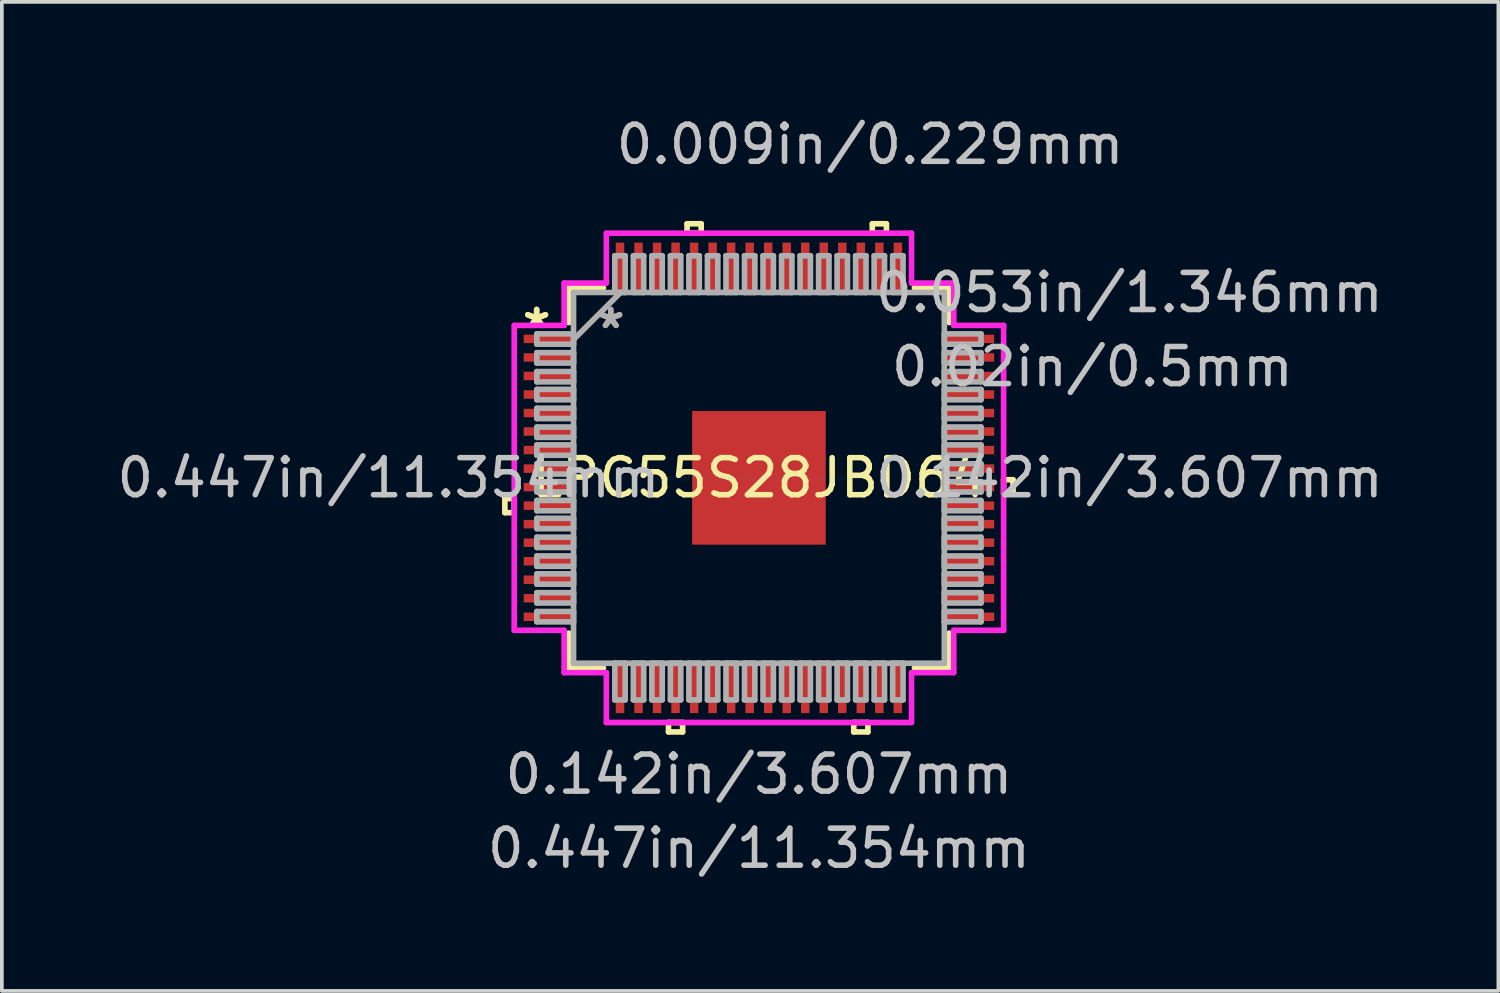
<source format=kicad_pcb>
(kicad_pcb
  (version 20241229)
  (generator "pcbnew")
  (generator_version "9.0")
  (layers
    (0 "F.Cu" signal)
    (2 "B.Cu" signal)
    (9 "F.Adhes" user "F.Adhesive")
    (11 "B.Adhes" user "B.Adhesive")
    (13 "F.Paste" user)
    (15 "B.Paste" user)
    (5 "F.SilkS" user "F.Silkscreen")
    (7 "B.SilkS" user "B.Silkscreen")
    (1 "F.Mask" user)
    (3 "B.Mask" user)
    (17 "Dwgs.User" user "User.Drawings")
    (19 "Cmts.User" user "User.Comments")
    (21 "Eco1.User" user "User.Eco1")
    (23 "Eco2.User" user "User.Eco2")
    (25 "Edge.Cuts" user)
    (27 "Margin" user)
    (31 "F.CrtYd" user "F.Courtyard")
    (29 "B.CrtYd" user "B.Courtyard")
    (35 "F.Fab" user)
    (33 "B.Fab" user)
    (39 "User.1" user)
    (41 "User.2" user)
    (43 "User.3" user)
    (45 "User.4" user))
  (footprint "LPC55S28JBD64"
    (layer "F.Cu")
    (at 17.435 9.848)
    (property "Reference" "LPC55S28JBD64" (at 0 0 0) (layer "F.SilkS") (effects (font (size 1 1) (thickness 0.15))))
    (attr through_hole)
    (fp_line (start -6.858 0.559) (end -6.858 0.94) (stroke (width 0.152) (type solid)) (layer "F.SilkS"))
    (fp_line (start -6.858 0.94) (end -6.604 0.94) (stroke (width 0.152) (type solid)) (layer "F.SilkS"))
    (fp_line (start -6.604 0.559) (end -6.858 0.559) (stroke (width 0.152) (type solid)) (layer "F.SilkS"))
    (fp_line (start -6.604 0.94) (end -6.604 0.559) (stroke (width 0.152) (type solid)) (layer "F.SilkS"))
    (fp_line (start -5.131 -5.131) (end -5.131 -4.191) (stroke (width 0.152) (type solid)) (layer "F.SilkS"))
    (fp_line (start -5.131 4.191) (end -5.131 5.131) (stroke (width 0.152) (type solid)) (layer "F.SilkS"))
    (fp_line (start -5.131 5.131) (end -4.197 5.131) (stroke (width 0.152) (type solid)) (layer "F.SilkS"))
    (fp_line (start -4.197 -5.131) (end -5.131 -5.131) (stroke (width 0.152) (type solid)) (layer "F.SilkS"))
    (fp_line (start -2.441 6.604) (end -2.441 6.858) (stroke (width 0.152) (type solid)) (layer "F.SilkS"))
    (fp_line (start -2.441 6.858) (end -2.06 6.858) (stroke (width 0.152) (type solid)) (layer "F.SilkS"))
    (fp_line (start -2.06 6.604) (end -2.441 6.604) (stroke (width 0.152) (type solid)) (layer "F.SilkS"))
    (fp_line (start -2.06 6.858) (end -2.06 6.604) (stroke (width 0.152) (type solid)) (layer "F.SilkS"))
    (fp_line (start -1.94 -6.858) (end -1.559 -6.858) (stroke (width 0.152) (type solid)) (layer "F.SilkS"))
    (fp_line (start -1.94 -6.604) (end -1.94 -6.858) (stroke (width 0.152) (type solid)) (layer "F.SilkS"))
    (fp_line (start -1.559 -6.858) (end -1.559 -6.604) (stroke (width 0.152) (type solid)) (layer "F.SilkS"))
    (fp_line (start -1.559 -6.604) (end -1.94 -6.604) (stroke (width 0.152) (type solid)) (layer "F.SilkS"))
    (fp_line (start 2.559 6.604) (end 2.559 6.858) (stroke (width 0.152) (type solid)) (layer "F.SilkS"))
    (fp_line (start 2.559 6.858) (end 2.941 6.858) (stroke (width 0.152) (type solid)) (layer "F.SilkS"))
    (fp_line (start 2.941 6.604) (end 2.559 6.604) (stroke (width 0.152) (type solid)) (layer "F.SilkS"))
    (fp_line (start 2.941 6.858) (end 2.941 6.604) (stroke (width 0.152) (type solid)) (layer "F.SilkS"))
    (fp_line (start 3.06 -6.858) (end 3.441 -6.858) (stroke (width 0.152) (type solid)) (layer "F.SilkS"))
    (fp_line (start 3.06 -6.604) (end 3.06 -6.858) (stroke (width 0.152) (type solid)) (layer "F.SilkS"))
    (fp_line (start 3.441 -6.858) (end 3.441 -6.604) (stroke (width 0.152) (type solid)) (layer "F.SilkS"))
    (fp_line (start 3.441 -6.604) (end 3.06 -6.604) (stroke (width 0.152) (type solid)) (layer "F.SilkS"))
    (fp_line (start 4.197 5.131) (end 5.131 5.131) (stroke (width 0.152) (type solid)) (layer "F.SilkS"))
    (fp_line (start 5.131 -5.131) (end 4.197 -5.131) (stroke (width 0.152) (type solid)) (layer "F.SilkS"))
    (fp_line (start 5.131 -4.191) (end 5.131 -5.131) (stroke (width 0.152) (type solid)) (layer "F.SilkS"))
    (fp_line (start 5.131 5.131) (end 5.131 4.191) (stroke (width 0.152) (type solid)) (layer "F.SilkS"))
    (fp_line (start 6.604 0.051) (end 6.858 0.051) (stroke (width 0.152) (type solid)) (layer "F.SilkS"))
    (fp_line (start 6.604 0.432) (end 6.604 0.051) (stroke (width 0.152) (type solid)) (layer "F.SilkS"))
    (fp_line (start 6.858 0.051) (end 6.858 0.432) (stroke (width 0.152) (type solid)) (layer "F.SilkS"))
    (fp_line (start 6.858 0.432) (end 6.604 0.432) (stroke (width 0.152) (type solid)) (layer "F.SilkS"))
    (fp_line (start -1.703 -1.702) (end -1.703 -0.076) (stroke (width 0.152) (type solid)) (layer "F.Paste"))
    (fp_line (start -1.703 -0.076) (end -0.1 -0.076) (stroke (width 0.152) (type solid)) (layer "F.Paste"))
    (fp_line (start -1.703 0.076) (end -1.703 1.702) (stroke (width 0.152) (type solid)) (layer "F.Paste"))
    (fp_line (start -1.703 1.702) (end -0.1 1.702) (stroke (width 0.152) (type solid)) (layer "F.Paste"))
    (fp_line (start -0.1 -1.702) (end -1.703 -1.702) (stroke (width 0.152) (type solid)) (layer "F.Paste"))
    (fp_line (start -0.1 -0.076) (end -0.1 -1.702) (stroke (width 0.152) (type solid)) (layer "F.Paste"))
    (fp_line (start -0.1 0.076) (end -1.703 0.076) (stroke (width 0.152) (type solid)) (layer "F.Paste"))
    (fp_line (start -0.1 1.702) (end -0.1 0.076) (stroke (width 0.152) (type solid)) (layer "F.Paste"))
    (fp_line (start 0.1 -1.702) (end 0.1 -0.076) (stroke (width 0.152) (type solid)) (layer "F.Paste"))
    (fp_line (start 0.1 -0.076) (end 1.703 -0.076) (stroke (width 0.152) (type solid)) (layer "F.Paste"))
    (fp_line (start 0.1 0.076) (end 0.1 1.702) (stroke (width 0.152) (type solid)) (layer "F.Paste"))
    (fp_line (start 0.1 1.702) (end 1.703 1.702) (stroke (width 0.152) (type solid)) (layer "F.Paste"))
    (fp_line (start 1.703 -1.702) (end 0.1 -1.702) (stroke (width 0.152) (type solid)) (layer "F.Paste"))
    (fp_line (start 1.703 -0.076) (end 1.703 -1.702) (stroke (width 0.152) (type solid)) (layer "F.Paste"))
    (fp_line (start 1.703 0.076) (end 0.1 0.076) (stroke (width 0.152) (type solid)) (layer "F.Paste"))
    (fp_line (start 1.703 1.702) (end 1.703 0.076) (stroke (width 0.152) (type solid)) (layer "F.Paste"))
    (fp_line (start -6.604 -4.115) (end -5.258 -4.115) (stroke (width 0.152) (type solid)) (layer "F.CrtYd"))
    (fp_line (start -6.604 4.115) (end -6.604 -4.115) (stroke (width 0.152) (type solid)) (layer "F.CrtYd"))
    (fp_line (start -5.258 -5.258) (end -4.118 -5.258) (stroke (width 0.152) (type solid)) (layer "F.CrtYd"))
    (fp_line (start -5.258 -4.115) (end -5.258 -5.258) (stroke (width 0.152) (type solid)) (layer "F.CrtYd"))
    (fp_line (start -5.258 4.115) (end -6.604 4.115) (stroke (width 0.152) (type solid)) (layer "F.CrtYd"))
    (fp_line (start -5.258 5.258) (end -5.258 4.115) (stroke (width 0.152) (type solid)) (layer "F.CrtYd"))
    (fp_line (start -4.118 -6.604) (end 4.118 -6.604) (stroke (width 0.152) (type solid)) (layer "F.CrtYd"))
    (fp_line (start -4.118 -5.258) (end -4.118 -6.604) (stroke (width 0.152) (type solid)) (layer "F.CrtYd"))
    (fp_line (start -4.118 5.258) (end -5.258 5.258) (stroke (width 0.152) (type solid)) (layer "F.CrtYd"))
    (fp_line (start -4.118 6.604) (end -4.118 5.258) (stroke (width 0.152) (type solid)) (layer "F.CrtYd"))
    (fp_line (start 4.118 -6.604) (end 4.118 -5.258) (stroke (width 0.152) (type solid)) (layer "F.CrtYd"))
    (fp_line (start 4.118 -5.258) (end 5.258 -5.258) (stroke (width 0.152) (type solid)) (layer "F.CrtYd"))
    (fp_line (start 4.118 5.258) (end 4.118 6.604) (stroke (width 0.152) (type solid)) (layer "F.CrtYd"))
    (fp_line (start 4.118 6.604) (end -4.118 6.604) (stroke (width 0.152) (type solid)) (layer "F.CrtYd"))
    (fp_line (start 5.258 -5.258) (end 5.258 -4.115) (stroke (width 0.152) (type solid)) (layer "F.CrtYd"))
    (fp_line (start 5.258 -4.115) (end 6.604 -4.115) (stroke (width 0.152) (type solid)) (layer "F.CrtYd"))
    (fp_line (start 5.258 4.115) (end 5.258 5.258) (stroke (width 0.152) (type solid)) (layer "F.CrtYd"))
    (fp_line (start 5.258 5.258) (end 4.118 5.258) (stroke (width 0.152) (type solid)) (layer "F.CrtYd"))
    (fp_line (start 6.604 -4.115) (end 6.604 4.115) (stroke (width 0.152) (type solid)) (layer "F.CrtYd"))
    (fp_line (start 6.604 4.115) (end 5.258 4.115) (stroke (width 0.152) (type solid)) (layer "F.CrtYd"))
    (fp_line (start -5.994 -3.886) (end -5.994 -3.607) (stroke (width 0.152) (type solid)) (layer "F.Fab"))
    (fp_line (start -5.994 -3.607) (end -5.004 -3.607) (stroke (width 0.152) (type solid)) (layer "F.Fab"))
    (fp_line (start -5.994 -3.378) (end -5.994 -3.099) (stroke (width 0.152) (type solid)) (layer "F.Fab"))
    (fp_line (start -5.994 -3.099) (end -5.004 -3.099) (stroke (width 0.152) (type solid)) (layer "F.Fab"))
    (fp_line (start -5.994 -2.87) (end -5.994 -2.591) (stroke (width 0.152) (type solid)) (layer "F.Fab"))
    (fp_line (start -5.994 -2.591) (end -5.004 -2.591) (stroke (width 0.152) (type solid)) (layer "F.Fab"))
    (fp_line (start -5.994 -2.388) (end -5.994 -2.108) (stroke (width 0.152) (type solid)) (layer "F.Fab"))
    (fp_line (start -5.994 -2.108) (end -5.004 -2.108) (stroke (width 0.152) (type solid)) (layer "F.Fab"))
    (fp_line (start -5.994 -1.88) (end -5.994 -1.6) (stroke (width 0.152) (type solid)) (layer "F.Fab"))
    (fp_line (start -5.994 -1.6) (end -5.004 -1.6) (stroke (width 0.152) (type solid)) (layer "F.Fab"))
    (fp_line (start -5.994 -1.372) (end -5.994 -1.092) (stroke (width 0.152) (type solid)) (layer "F.Fab"))
    (fp_line (start -5.994 -1.092) (end -5.004 -1.092) (stroke (width 0.152) (type solid)) (layer "F.Fab"))
    (fp_line (start -5.994 -0.889) (end -5.994 -0.61) (stroke (width 0.152) (type solid)) (layer "F.Fab"))
    (fp_line (start -5.994 -0.61) (end -5.004 -0.61) (stroke (width 0.152) (type solid)) (layer "F.Fab"))
    (fp_line (start -5.994 -0.381) (end -5.994 -0.102) (stroke (width 0.152) (type solid)) (layer "F.Fab"))
    (fp_line (start -5.994 -0.102) (end -5.004 -0.102) (stroke (width 0.152) (type solid)) (layer "F.Fab"))
    (fp_line (start -5.994 0.102) (end -5.994 0.381) (stroke (width 0.152) (type solid)) (layer "F.Fab"))
    (fp_line (start -5.994 0.381) (end -5.004 0.381) (stroke (width 0.152) (type solid)) (layer "F.Fab"))
    (fp_line (start -5.994 0.61) (end -5.994 0.889) (stroke (width 0.152) (type solid)) (layer "F.Fab"))
    (fp_line (start -5.994 0.889) (end -5.004 0.889) (stroke (width 0.152) (type solid)) (layer "F.Fab"))
    (fp_line (start -5.994 1.092) (end -5.994 1.372) (stroke (width 0.152) (type solid)) (layer "F.Fab"))
    (fp_line (start -5.994 1.372) (end -5.004 1.372) (stroke (width 0.152) (type solid)) (layer "F.Fab"))
    (fp_line (start -5.994 1.6) (end -5.994 1.88) (stroke (width 0.152) (type solid)) (layer "F.Fab"))
    (fp_line (start -5.994 1.88) (end -5.004 1.88) (stroke (width 0.152) (type solid)) (layer "F.Fab"))
    (fp_line (start -5.994 2.108) (end -5.994 2.388) (stroke (width 0.152) (type solid)) (layer "F.Fab"))
    (fp_line (start -5.994 2.388) (end -5.004 2.388) (stroke (width 0.152) (type solid)) (layer "F.Fab"))
    (fp_line (start -5.994 2.591) (end -5.994 2.87) (stroke (width 0.152) (type solid)) (layer "F.Fab"))
    (fp_line (start -5.994 2.87) (end -5.004 2.87) (stroke (width 0.152) (type solid)) (layer "F.Fab"))
    (fp_line (start -5.994 3.099) (end -5.994 3.378) (stroke (width 0.152) (type solid)) (layer "F.Fab"))
    (fp_line (start -5.994 3.378) (end -5.004 3.378) (stroke (width 0.152) (type solid)) (layer "F.Fab"))
    (fp_line (start -5.994 3.607) (end -5.994 3.886) (stroke (width 0.152) (type solid)) (layer "F.Fab"))
    (fp_line (start -5.994 3.886) (end -5.004 3.886) (stroke (width 0.152) (type solid)) (layer "F.Fab"))
    (fp_line (start -5.004 -5.004) (end -5.004 -5.004) (stroke (width 0.152) (type solid)) (layer "F.Fab"))
    (fp_line (start -5.004 -5.004) (end -5.004 5.004) (stroke (width 0.152) (type solid)) (layer "F.Fab"))
    (fp_line (start -5.004 -3.886) (end -5.994 -3.886) (stroke (width 0.152) (type solid)) (layer "F.Fab"))
    (fp_line (start -5.004 -3.734) (end -3.734 -5.004) (stroke (width 0.152) (type solid)) (layer "F.Fab"))
    (fp_line (start -5.004 -3.607) (end -5.004 -3.886) (stroke (width 0.152) (type solid)) (layer "F.Fab"))
    (fp_line (start -5.004 -3.378) (end -5.994 -3.378) (stroke (width 0.152) (type solid)) (layer "F.Fab"))
    (fp_line (start -5.004 -3.099) (end -5.004 -3.378) (stroke (width 0.152) (type solid)) (layer "F.Fab"))
    (fp_line (start -5.004 -2.87) (end -5.994 -2.87) (stroke (width 0.152) (type solid)) (layer "F.Fab"))
    (fp_line (start -5.004 -2.591) (end -5.004 -2.87) (stroke (width 0.152) (type solid)) (layer "F.Fab"))
    (fp_line (start -5.004 -2.388) (end -5.994 -2.388) (stroke (width 0.152) (type solid)) (layer "F.Fab"))
    (fp_line (start -5.004 -2.108) (end -5.004 -2.388) (stroke (width 0.152) (type solid)) (layer "F.Fab"))
    (fp_line (start -5.004 -1.88) (end -5.994 -1.88) (stroke (width 0.152) (type solid)) (layer "F.Fab"))
    (fp_line (start -5.004 -1.6) (end -5.004 -1.88) (stroke (width 0.152) (type solid)) (layer "F.Fab"))
    (fp_line (start -5.004 -1.372) (end -5.994 -1.372) (stroke (width 0.152) (type solid)) (layer "F.Fab"))
    (fp_line (start -5.004 -1.092) (end -5.004 -1.372) (stroke (width 0.152) (type solid)) (layer "F.Fab"))
    (fp_line (start -5.004 -0.889) (end -5.994 -0.889) (stroke (width 0.152) (type solid)) (layer "F.Fab"))
    (fp_line (start -5.004 -0.61) (end -5.004 -0.889) (stroke (width 0.152) (type solid)) (layer "F.Fab"))
    (fp_line (start -5.004 -0.381) (end -5.994 -0.381) (stroke (width 0.152) (type solid)) (layer "F.Fab"))
    (fp_line (start -5.004 -0.102) (end -5.004 -0.381) (stroke (width 0.152) (type solid)) (layer "F.Fab"))
    (fp_line (start -5.004 0.102) (end -5.994 0.102) (stroke (width 0.152) (type solid)) (layer "F.Fab"))
    (fp_line (start -5.004 0.381) (end -5.004 0.102) (stroke (width 0.152) (type solid)) (layer "F.Fab"))
    (fp_line (start -5.004 0.61) (end -5.994 0.61) (stroke (width 0.152) (type solid)) (layer "F.Fab"))
    (fp_line (start -5.004 0.889) (end -5.004 0.61) (stroke (width 0.152) (type solid)) (layer "F.Fab"))
    (fp_line (start -5.004 1.092) (end -5.994 1.092) (stroke (width 0.152) (type solid)) (layer "F.Fab"))
    (fp_line (start -5.004 1.372) (end -5.004 1.092) (stroke (width 0.152) (type solid)) (layer "F.Fab"))
    (fp_line (start -5.004 1.6) (end -5.994 1.6) (stroke (width 0.152) (type solid)) (layer "F.Fab"))
    (fp_line (start -5.004 1.88) (end -5.004 1.6) (stroke (width 0.152) (type solid)) (layer "F.Fab"))
    (fp_line (start -5.004 2.108) (end -5.994 2.108) (stroke (width 0.152) (type solid)) (layer "F.Fab"))
    (fp_line (start -5.004 2.388) (end -5.004 2.108) (stroke (width 0.152) (type solid)) (layer "F.Fab"))
    (fp_line (start -5.004 2.591) (end -5.994 2.591) (stroke (width 0.152) (type solid)) (layer "F.Fab"))
    (fp_line (start -5.004 2.87) (end -5.004 2.591) (stroke (width 0.152) (type solid)) (layer "F.Fab"))
    (fp_line (start -5.004 3.099) (end -5.994 3.099) (stroke (width 0.152) (type solid)) (layer "F.Fab"))
    (fp_line (start -5.004 3.378) (end -5.004 3.099) (stroke (width 0.152) (type solid)) (layer "F.Fab"))
    (fp_line (start -5.004 3.607) (end -5.994 3.607) (stroke (width 0.152) (type solid)) (layer "F.Fab"))
    (fp_line (start -5.004 3.886) (end -5.004 3.607) (stroke (width 0.152) (type solid)) (layer "F.Fab"))
    (fp_line (start -5.004 5.004) (end -5.004 5.004) (stroke (width 0.152) (type solid)) (layer "F.Fab"))
    (fp_line (start -5.004 5.004) (end 5.004 5.004) (stroke (width 0.152) (type solid)) (layer "F.Fab"))
    (fp_line (start -3.89 -5.994) (end -3.89 -5.004) (stroke (width 0.152) (type solid)) (layer "F.Fab"))
    (fp_line (start -3.89 -5.004) (end -3.61 -5.004) (stroke (width 0.152) (type solid)) (layer "F.Fab"))
    (fp_line (start -3.89 5.004) (end -3.89 5.994) (stroke (width 0.152) (type solid)) (layer "F.Fab"))
    (fp_line (start -3.89 5.994) (end -3.61 5.994) (stroke (width 0.152) (type solid)) (layer "F.Fab"))
    (fp_line (start -3.61 -5.994) (end -3.89 -5.994) (stroke (width 0.152) (type solid)) (layer "F.Fab"))
    (fp_line (start -3.61 -5.004) (end -3.61 -5.994) (stroke (width 0.152) (type solid)) (layer "F.Fab"))
    (fp_line (start -3.61 5.004) (end -3.89 5.004) (stroke (width 0.152) (type solid)) (layer "F.Fab"))
    (fp_line (start -3.61 5.994) (end -3.61 5.004) (stroke (width 0.152) (type solid)) (layer "F.Fab"))
    (fp_line (start -3.39 -5.994) (end -3.39 -5.004) (stroke (width 0.152) (type solid)) (layer "F.Fab"))
    (fp_line (start -3.39 -5.004) (end -3.11 -5.004) (stroke (width 0.152) (type solid)) (layer "F.Fab"))
    (fp_line (start -3.39 5.004) (end -3.39 5.994) (stroke (width 0.152) (type solid)) (layer "F.Fab"))
    (fp_line (start -3.39 5.994) (end -3.11 5.994) (stroke (width 0.152) (type solid)) (layer "F.Fab"))
    (fp_line (start -3.11 -5.994) (end -3.39 -5.994) (stroke (width 0.152) (type solid)) (layer "F.Fab"))
    (fp_line (start -3.11 -5.004) (end -3.11 -5.994) (stroke (width 0.152) (type solid)) (layer "F.Fab"))
    (fp_line (start -3.11 5.004) (end -3.39 5.004) (stroke (width 0.152) (type solid)) (layer "F.Fab"))
    (fp_line (start -3.11 5.994) (end -3.11 5.004) (stroke (width 0.152) (type solid)) (layer "F.Fab"))
    (fp_line (start -2.89 -5.994) (end -2.89 -5.004) (stroke (width 0.152) (type solid)) (layer "F.Fab"))
    (fp_line (start -2.89 -5.004) (end -2.61 -5.004) (stroke (width 0.152) (type solid)) (layer "F.Fab"))
    (fp_line (start -2.89 5.004) (end -2.89 5.994) (stroke (width 0.152) (type solid)) (layer "F.Fab"))
    (fp_line (start -2.89 5.994) (end -2.61 5.994) (stroke (width 0.152) (type solid)) (layer "F.Fab"))
    (fp_line (start -2.61 -5.994) (end -2.89 -5.994) (stroke (width 0.152) (type solid)) (layer "F.Fab"))
    (fp_line (start -2.61 -5.004) (end -2.61 -5.994) (stroke (width 0.152) (type solid)) (layer "F.Fab"))
    (fp_line (start -2.61 5.004) (end -2.89 5.004) (stroke (width 0.152) (type solid)) (layer "F.Fab"))
    (fp_line (start -2.61 5.994) (end -2.61 5.004) (stroke (width 0.152) (type solid)) (layer "F.Fab"))
    (fp_line (start -2.39 -5.994) (end -2.39 -5.004) (stroke (width 0.152) (type solid)) (layer "F.Fab"))
    (fp_line (start -2.39 -5.004) (end -2.11 -5.004) (stroke (width 0.152) (type solid)) (layer "F.Fab"))
    (fp_line (start -2.39 5.004) (end -2.39 5.994) (stroke (width 0.152) (type solid)) (layer "F.Fab"))
    (fp_line (start -2.39 5.994) (end -2.11 5.994) (stroke (width 0.152) (type solid)) (layer "F.Fab"))
    (fp_line (start -2.11 -5.994) (end -2.39 -5.994) (stroke (width 0.152) (type solid)) (layer "F.Fab"))
    (fp_line (start -2.11 -5.004) (end -2.11 -5.994) (stroke (width 0.152) (type solid)) (layer "F.Fab"))
    (fp_line (start -2.11 5.004) (end -2.39 5.004) (stroke (width 0.152) (type solid)) (layer "F.Fab"))
    (fp_line (start -2.11 5.994) (end -2.11 5.004) (stroke (width 0.152) (type solid)) (layer "F.Fab"))
    (fp_line (start -1.89 -5.994) (end -1.89 -5.004) (stroke (width 0.152) (type solid)) (layer "F.Fab"))
    (fp_line (start -1.89 -5.004) (end -1.61 -5.004) (stroke (width 0.152) (type solid)) (layer "F.Fab"))
    (fp_line (start -1.89 5.004) (end -1.89 5.994) (stroke (width 0.152) (type solid)) (layer "F.Fab"))
    (fp_line (start -1.89 5.994) (end -1.61 5.994) (stroke (width 0.152) (type solid)) (layer "F.Fab"))
    (fp_line (start -1.61 -5.994) (end -1.89 -5.994) (stroke (width 0.152) (type solid)) (layer "F.Fab"))
    (fp_line (start -1.61 -5.004) (end -1.61 -5.994) (stroke (width 0.152) (type solid)) (layer "F.Fab"))
    (fp_line (start -1.61 5.004) (end -1.89 5.004) (stroke (width 0.152) (type solid)) (layer "F.Fab"))
    (fp_line (start -1.61 5.994) (end -1.61 5.004) (stroke (width 0.152) (type solid)) (layer "F.Fab"))
    (fp_line (start -1.39 -5.994) (end -1.39 -5.004) (stroke (width 0.152) (type solid)) (layer "F.Fab"))
    (fp_line (start -1.39 -5.004) (end -1.11 -5.004) (stroke (width 0.152) (type solid)) (layer "F.Fab"))
    (fp_line (start -1.39 5.004) (end -1.39 5.994) (stroke (width 0.152) (type solid)) (layer "F.Fab"))
    (fp_line (start -1.39 5.994) (end -1.11 5.994) (stroke (width 0.152) (type solid)) (layer "F.Fab"))
    (fp_line (start -1.11 -5.994) (end -1.39 -5.994) (stroke (width 0.152) (type solid)) (layer "F.Fab"))
    (fp_line (start -1.11 -5.004) (end -1.11 -5.994) (stroke (width 0.152) (type solid)) (layer "F.Fab"))
    (fp_line (start -1.11 5.004) (end -1.39 5.004) (stroke (width 0.152) (type solid)) (layer "F.Fab"))
    (fp_line (start -1.11 5.994) (end -1.11 5.004) (stroke (width 0.152) (type solid)) (layer "F.Fab"))
    (fp_line (start -0.89 -5.994) (end -0.89 -5.004) (stroke (width 0.152) (type solid)) (layer "F.Fab"))
    (fp_line (start -0.89 -5.004) (end -0.61 -5.004) (stroke (width 0.152) (type solid)) (layer "F.Fab"))
    (fp_line (start -0.89 5.004) (end -0.89 5.994) (stroke (width 0.152) (type solid)) (layer "F.Fab"))
    (fp_line (start -0.89 5.994) (end -0.61 5.994) (stroke (width 0.152) (type solid)) (layer "F.Fab"))
    (fp_line (start -0.61 -5.994) (end -0.89 -5.994) (stroke (width 0.152) (type solid)) (layer "F.Fab"))
    (fp_line (start -0.61 -5.004) (end -0.61 -5.994) (stroke (width 0.152) (type solid)) (layer "F.Fab"))
    (fp_line (start -0.61 5.004) (end -0.89 5.004) (stroke (width 0.152) (type solid)) (layer "F.Fab"))
    (fp_line (start -0.61 5.994) (end -0.61 5.004) (stroke (width 0.152) (type solid)) (layer "F.Fab"))
    (fp_line (start -0.39 -5.994) (end -0.39 -5.004) (stroke (width 0.152) (type solid)) (layer "F.Fab"))
    (fp_line (start -0.39 -5.004) (end -0.11 -5.004) (stroke (width 0.152) (type solid)) (layer "F.Fab"))
    (fp_line (start -0.39 5.004) (end -0.39 5.994) (stroke (width 0.152) (type solid)) (layer "F.Fab"))
    (fp_line (start -0.39 5.994) (end -0.11 5.994) (stroke (width 0.152) (type solid)) (layer "F.Fab"))
    (fp_line (start -0.11 -5.994) (end -0.39 -5.994) (stroke (width 0.152) (type solid)) (layer "F.Fab"))
    (fp_line (start -0.11 -5.004) (end -0.11 -5.994) (stroke (width 0.152) (type solid)) (layer "F.Fab"))
    (fp_line (start -0.11 5.004) (end -0.39 5.004) (stroke (width 0.152) (type solid)) (layer "F.Fab"))
    (fp_line (start -0.11 5.994) (end -0.11 5.004) (stroke (width 0.152) (type solid)) (layer "F.Fab"))
    (fp_line (start 0.11 -5.994) (end 0.11 -5.004) (stroke (width 0.152) (type solid)) (layer "F.Fab"))
    (fp_line (start 0.11 -5.004) (end 0.39 -5.004) (stroke (width 0.152) (type solid)) (layer "F.Fab"))
    (fp_line (start 0.11 5.004) (end 0.11 5.994) (stroke (width 0.152) (type solid)) (layer "F.Fab"))
    (fp_line (start 0.11 5.994) (end 0.39 5.994) (stroke (width 0.152) (type solid)) (layer "F.Fab"))
    (fp_line (start 0.39 -5.994) (end 0.11 -5.994) (stroke (width 0.152) (type solid)) (layer "F.Fab"))
    (fp_line (start 0.39 -5.004) (end 0.39 -5.994) (stroke (width 0.152) (type solid)) (layer "F.Fab"))
    (fp_line (start 0.39 5.004) (end 0.11 5.004) (stroke (width 0.152) (type solid)) (layer "F.Fab"))
    (fp_line (start 0.39 5.994) (end 0.39 5.004) (stroke (width 0.152) (type solid)) (layer "F.Fab"))
    (fp_line (start 0.61 -5.994) (end 0.61 -5.004) (stroke (width 0.152) (type solid)) (layer "F.Fab"))
    (fp_line (start 0.61 -5.004) (end 0.89 -5.004) (stroke (width 0.152) (type solid)) (layer "F.Fab"))
    (fp_line (start 0.61 5.004) (end 0.61 5.994) (stroke (width 0.152) (type solid)) (layer "F.Fab"))
    (fp_line (start 0.61 5.994) (end 0.89 5.994) (stroke (width 0.152) (type solid)) (layer "F.Fab"))
    (fp_line (start 0.89 -5.994) (end 0.61 -5.994) (stroke (width 0.152) (type solid)) (layer "F.Fab"))
    (fp_line (start 0.89 -5.004) (end 0.89 -5.994) (stroke (width 0.152) (type solid)) (layer "F.Fab"))
    (fp_line (start 0.89 5.004) (end 0.61 5.004) (stroke (width 0.152) (type solid)) (layer "F.Fab"))
    (fp_line (start 0.89 5.994) (end 0.89 5.004) (stroke (width 0.152) (type solid)) (layer "F.Fab"))
    (fp_line (start 1.11 -5.994) (end 1.11 -5.004) (stroke (width 0.152) (type solid)) (layer "F.Fab"))
    (fp_line (start 1.11 -5.004) (end 1.39 -5.004) (stroke (width 0.152) (type solid)) (layer "F.Fab"))
    (fp_line (start 1.11 5.004) (end 1.11 5.994) (stroke (width 0.152) (type solid)) (layer "F.Fab"))
    (fp_line (start 1.11 5.994) (end 1.39 5.994) (stroke (width 0.152) (type solid)) (layer "F.Fab"))
    (fp_line (start 1.39 -5.994) (end 1.11 -5.994) (stroke (width 0.152) (type solid)) (layer "F.Fab"))
    (fp_line (start 1.39 -5.004) (end 1.39 -5.994) (stroke (width 0.152) (type solid)) (layer "F.Fab"))
    (fp_line (start 1.39 5.004) (end 1.11 5.004) (stroke (width 0.152) (type solid)) (layer "F.Fab"))
    (fp_line (start 1.39 5.994) (end 1.39 5.004) (stroke (width 0.152) (type solid)) (layer "F.Fab"))
    (fp_line (start 1.61 -5.994) (end 1.61 -5.004) (stroke (width 0.152) (type solid)) (layer "F.Fab"))
    (fp_line (start 1.61 -5.004) (end 1.89 -5.004) (stroke (width 0.152) (type solid)) (layer "F.Fab"))
    (fp_line (start 1.61 5.004) (end 1.61 5.994) (stroke (width 0.152) (type solid)) (layer "F.Fab"))
    (fp_line (start 1.61 5.994) (end 1.89 5.994) (stroke (width 0.152) (type solid)) (layer "F.Fab"))
    (fp_line (start 1.89 -5.994) (end 1.61 -5.994) (stroke (width 0.152) (type solid)) (layer "F.Fab"))
    (fp_line (start 1.89 -5.004) (end 1.89 -5.994) (stroke (width 0.152) (type solid)) (layer "F.Fab"))
    (fp_line (start 1.89 5.004) (end 1.61 5.004) (stroke (width 0.152) (type solid)) (layer "F.Fab"))
    (fp_line (start 1.89 5.994) (end 1.89 5.004) (stroke (width 0.152) (type solid)) (layer "F.Fab"))
    (fp_line (start 2.11 -5.994) (end 2.11 -5.004) (stroke (width 0.152) (type solid)) (layer "F.Fab"))
    (fp_line (start 2.11 -5.004) (end 2.39 -5.004) (stroke (width 0.152) (type solid)) (layer "F.Fab"))
    (fp_line (start 2.11 5.004) (end 2.11 5.994) (stroke (width 0.152) (type solid)) (layer "F.Fab"))
    (fp_line (start 2.11 5.994) (end 2.39 5.994) (stroke (width 0.152) (type solid)) (layer "F.Fab"))
    (fp_line (start 2.39 -5.994) (end 2.11 -5.994) (stroke (width 0.152) (type solid)) (layer "F.Fab"))
    (fp_line (start 2.39 -5.004) (end 2.39 -5.994) (stroke (width 0.152) (type solid)) (layer "F.Fab"))
    (fp_line (start 2.39 5.004) (end 2.11 5.004) (stroke (width 0.152) (type solid)) (layer "F.Fab"))
    (fp_line (start 2.39 5.994) (end 2.39 5.004) (stroke (width 0.152) (type solid)) (layer "F.Fab"))
    (fp_line (start 2.61 -5.994) (end 2.61 -5.004) (stroke (width 0.152) (type solid)) (layer "F.Fab"))
    (fp_line (start 2.61 -5.004) (end 2.89 -5.004) (stroke (width 0.152) (type solid)) (layer "F.Fab"))
    (fp_line (start 2.61 5.004) (end 2.61 5.994) (stroke (width 0.152) (type solid)) (layer "F.Fab"))
    (fp_line (start 2.61 5.994) (end 2.89 5.994) (stroke (width 0.152) (type solid)) (layer "F.Fab"))
    (fp_line (start 2.89 -5.994) (end 2.61 -5.994) (stroke (width 0.152) (type solid)) (layer "F.Fab"))
    (fp_line (start 2.89 -5.004) (end 2.89 -5.994) (stroke (width 0.152) (type solid)) (layer "F.Fab"))
    (fp_line (start 2.89 5.004) (end 2.61 5.004) (stroke (width 0.152) (type solid)) (layer "F.Fab"))
    (fp_line (start 2.89 5.994) (end 2.89 5.004) (stroke (width 0.152) (type solid)) (layer "F.Fab"))
    (fp_line (start 3.11 -5.994) (end 3.11 -5.004) (stroke (width 0.152) (type solid)) (layer "F.Fab"))
    (fp_line (start 3.11 -5.004) (end 3.39 -5.004) (stroke (width 0.152) (type solid)) (layer "F.Fab"))
    (fp_line (start 3.11 5.004) (end 3.11 5.994) (stroke (width 0.152) (type solid)) (layer "F.Fab"))
    (fp_line (start 3.11 5.994) (end 3.39 5.994) (stroke (width 0.152) (type solid)) (layer "F.Fab"))
    (fp_line (start 3.39 -5.994) (end 3.11 -5.994) (stroke (width 0.152) (type solid)) (layer "F.Fab"))
    (fp_line (start 3.39 -5.004) (end 3.39 -5.994) (stroke (width 0.152) (type solid)) (layer "F.Fab"))
    (fp_line (start 3.39 5.004) (end 3.11 5.004) (stroke (width 0.152) (type solid)) (layer "F.Fab"))
    (fp_line (start 3.39 5.994) (end 3.39 5.004) (stroke (width 0.152) (type solid)) (layer "F.Fab"))
    (fp_line (start 3.61 -5.994) (end 3.61 -5.004) (stroke (width 0.152) (type solid)) (layer "F.Fab"))
    (fp_line (start 3.61 -5.004) (end 3.89 -5.004) (stroke (width 0.152) (type solid)) (layer "F.Fab"))
    (fp_line (start 3.61 5.004) (end 3.61 5.994) (stroke (width 0.152) (type solid)) (layer "F.Fab"))
    (fp_line (start 3.61 5.994) (end 3.89 5.994) (stroke (width 0.152) (type solid)) (layer "F.Fab"))
    (fp_line (start 3.89 -5.994) (end 3.61 -5.994) (stroke (width 0.152) (type solid)) (layer "F.Fab"))
    (fp_line (start 3.89 -5.004) (end 3.89 -5.994) (stroke (width 0.152) (type solid)) (layer "F.Fab"))
    (fp_line (start 3.89 5.004) (end 3.61 5.004) (stroke (width 0.152) (type solid)) (layer "F.Fab"))
    (fp_line (start 3.89 5.994) (end 3.89 5.004) (stroke (width 0.152) (type solid)) (layer "F.Fab"))
    (fp_line (start 5.004 -5.004) (end -5.004 -5.004) (stroke (width 0.152) (type solid)) (layer "F.Fab"))
    (fp_line (start 5.004 -5.004) (end 5.004 -5.004) (stroke (width 0.152) (type solid)) (layer "F.Fab"))
    (fp_line (start 5.004 -3.886) (end 5.004 -3.607) (stroke (width 0.152) (type solid)) (layer "F.Fab"))
    (fp_line (start 5.004 -3.607) (end 5.994 -3.607) (stroke (width 0.152) (type solid)) (layer "F.Fab"))
    (fp_line (start 5.004 -3.378) (end 5.004 -3.099) (stroke (width 0.152) (type solid)) (layer "F.Fab"))
    (fp_line (start 5.004 -3.099) (end 5.994 -3.099) (stroke (width 0.152) (type solid)) (layer "F.Fab"))
    (fp_line (start 5.004 -2.87) (end 5.004 -2.591) (stroke (width 0.152) (type solid)) (layer "F.Fab"))
    (fp_line (start 5.004 -2.591) (end 5.994 -2.591) (stroke (width 0.152) (type solid)) (layer "F.Fab"))
    (fp_line (start 5.004 -2.388) (end 5.004 -2.108) (stroke (width 0.152) (type solid)) (layer "F.Fab"))
    (fp_line (start 5.004 -2.108) (end 5.994 -2.108) (stroke (width 0.152) (type solid)) (layer "F.Fab"))
    (fp_line (start 5.004 -1.88) (end 5.004 -1.6) (stroke (width 0.152) (type solid)) (layer "F.Fab"))
    (fp_line (start 5.004 -1.6) (end 5.994 -1.6) (stroke (width 0.152) (type solid)) (layer "F.Fab"))
    (fp_line (start 5.004 -1.372) (end 5.004 -1.092) (stroke (width 0.152) (type solid)) (layer "F.Fab"))
    (fp_line (start 5.004 -1.092) (end 5.994 -1.092) (stroke (width 0.152) (type solid)) (layer "F.Fab"))
    (fp_line (start 5.004 -0.889) (end 5.004 -0.61) (stroke (width 0.152) (type solid)) (layer "F.Fab"))
    (fp_line (start 5.004 -0.61) (end 5.994 -0.61) (stroke (width 0.152) (type solid)) (layer "F.Fab"))
    (fp_line (start 5.004 -0.381) (end 5.004 -0.102) (stroke (width 0.152) (type solid)) (layer "F.Fab"))
    (fp_line (start 5.004 -0.102) (end 5.994 -0.102) (stroke (width 0.152) (type solid)) (layer "F.Fab"))
    (fp_line (start 5.004 0.102) (end 5.004 0.381) (stroke (width 0.152) (type solid)) (layer "F.Fab"))
    (fp_line (start 5.004 0.381) (end 5.994 0.381) (stroke (width 0.152) (type solid)) (layer "F.Fab"))
    (fp_line (start 5.004 0.61) (end 5.004 0.889) (stroke (width 0.152) (type solid)) (layer "F.Fab"))
    (fp_line (start 5.004 0.889) (end 5.994 0.889) (stroke (width 0.152) (type solid)) (layer "F.Fab"))
    (fp_line (start 5.004 1.092) (end 5.004 1.372) (stroke (width 0.152) (type solid)) (layer "F.Fab"))
    (fp_line (start 5.004 1.372) (end 5.994 1.372) (stroke (width 0.152) (type solid)) (layer "F.Fab"))
    (fp_line (start 5.004 1.6) (end 5.004 1.88) (stroke (width 0.152) (type solid)) (layer "F.Fab"))
    (fp_line (start 5.004 1.88) (end 5.994 1.88) (stroke (width 0.152) (type solid)) (layer "F.Fab"))
    (fp_line (start 5.004 2.108) (end 5.004 2.388) (stroke (width 0.152) (type solid)) (layer "F.Fab"))
    (fp_line (start 5.004 2.388) (end 5.994 2.388) (stroke (width 0.152) (type solid)) (layer "F.Fab"))
    (fp_line (start 5.004 2.591) (end 5.004 2.87) (stroke (width 0.152) (type solid)) (layer "F.Fab"))
    (fp_line (start 5.004 2.87) (end 5.994 2.87) (stroke (width 0.152) (type solid)) (layer "F.Fab"))
    (fp_line (start 5.004 3.099) (end 5.004 3.378) (stroke (width 0.152) (type solid)) (layer "F.Fab"))
    (fp_line (start 5.004 3.378) (end 5.994 3.378) (stroke (width 0.152) (type solid)) (layer "F.Fab"))
    (fp_line (start 5.004 3.607) (end 5.004 3.886) (stroke (width 0.152) (type solid)) (layer "F.Fab"))
    (fp_line (start 5.004 3.886) (end 5.994 3.886) (stroke (width 0.152) (type solid)) (layer "F.Fab"))
    (fp_line (start 5.004 5.004) (end 5.004 -5.004) (stroke (width 0.152) (type solid)) (layer "F.Fab"))
    (fp_line (start 5.004 5.004) (end 5.004 5.004) (stroke (width 0.152) (type solid)) (layer "F.Fab"))
    (fp_line (start 5.994 -3.886) (end 5.004 -3.886) (stroke (width 0.152) (type solid)) (layer "F.Fab"))
    (fp_line (start 5.994 -3.607) (end 5.994 -3.886) (stroke (width 0.152) (type solid)) (layer "F.Fab"))
    (fp_line (start 5.994 -3.378) (end 5.004 -3.378) (stroke (width 0.152) (type solid)) (layer "F.Fab"))
    (fp_line (start 5.994 -3.099) (end 5.994 -3.378) (stroke (width 0.152) (type solid)) (layer "F.Fab"))
    (fp_line (start 5.994 -2.87) (end 5.004 -2.87) (stroke (width 0.152) (type solid)) (layer "F.Fab"))
    (fp_line (start 5.994 -2.591) (end 5.994 -2.87) (stroke (width 0.152) (type solid)) (layer "F.Fab"))
    (fp_line (start 5.994 -2.388) (end 5.004 -2.388) (stroke (width 0.152) (type solid)) (layer "F.Fab"))
    (fp_line (start 5.994 -2.108) (end 5.994 -2.388) (stroke (width 0.152) (type solid)) (layer "F.Fab"))
    (fp_line (start 5.994 -1.88) (end 5.004 -1.88) (stroke (width 0.152) (type solid)) (layer "F.Fab"))
    (fp_line (start 5.994 -1.6) (end 5.994 -1.88) (stroke (width 0.152) (type solid)) (layer "F.Fab"))
    (fp_line (start 5.994 -1.372) (end 5.004 -1.372) (stroke (width 0.152) (type solid)) (layer "F.Fab"))
    (fp_line (start 5.994 -1.092) (end 5.994 -1.372) (stroke (width 0.152) (type solid)) (layer "F.Fab"))
    (fp_line (start 5.994 -0.889) (end 5.004 -0.889) (stroke (width 0.152) (type solid)) (layer "F.Fab"))
    (fp_line (start 5.994 -0.61) (end 5.994 -0.889) (stroke (width 0.152) (type solid)) (layer "F.Fab"))
    (fp_line (start 5.994 -0.381) (end 5.004 -0.381) (stroke (width 0.152) (type solid)) (layer "F.Fab"))
    (fp_line (start 5.994 -0.102) (end 5.994 -0.381) (stroke (width 0.152) (type solid)) (layer "F.Fab"))
    (fp_line (start 5.994 0.102) (end 5.004 0.102) (stroke (width 0.152) (type solid)) (layer "F.Fab"))
    (fp_line (start 5.994 0.381) (end 5.994 0.102) (stroke (width 0.152) (type solid)) (layer "F.Fab"))
    (fp_line (start 5.994 0.61) (end 5.004 0.61) (stroke (width 0.152) (type solid)) (layer "F.Fab"))
    (fp_line (start 5.994 0.889) (end 5.994 0.61) (stroke (width 0.152) (type solid)) (layer "F.Fab"))
    (fp_line (start 5.994 1.092) (end 5.004 1.092) (stroke (width 0.152) (type solid)) (layer "F.Fab"))
    (fp_line (start 5.994 1.372) (end 5.994 1.092) (stroke (width 0.152) (type solid)) (layer "F.Fab"))
    (fp_line (start 5.994 1.6) (end 5.004 1.6) (stroke (width 0.152) (type solid)) (layer "F.Fab"))
    (fp_line (start 5.994 1.88) (end 5.994 1.6) (stroke (width 0.152) (type solid)) (layer "F.Fab"))
    (fp_line (start 5.994 2.108) (end 5.004 2.108) (stroke (width 0.152) (type solid)) (layer "F.Fab"))
    (fp_line (start 5.994 2.388) (end 5.994 2.108) (stroke (width 0.152) (type solid)) (layer "F.Fab"))
    (fp_line (start 5.994 2.591) (end 5.004 2.591) (stroke (width 0.152) (type solid)) (layer "F.Fab"))
    (fp_line (start 5.994 2.87) (end 5.994 2.591) (stroke (width 0.152) (type solid)) (layer "F.Fab"))
    (fp_line (start 5.994 3.099) (end 5.004 3.099) (stroke (width 0.152) (type solid)) (layer "F.Fab"))
    (fp_line (start 5.994 3.378) (end 5.994 3.099) (stroke (width 0.152) (type solid)) (layer "F.Fab"))
    (fp_line (start 5.994 3.607) (end 5.004 3.607) (stroke (width 0.152) (type solid)) (layer "F.Fab"))
    (fp_line (start 5.994 3.886) (end 5.994 3.607) (stroke (width 0.152) (type solid)) (layer "F.Fab"))
    (fp_text user "*" (at -6 -4 0) (layer "F.SilkS") (effects (font (size 1 1) (thickness 0.15))))
    (fp_text user "*" (at -6 -4 0) (layer "F.SilkS") (effects (font (size 1 1) (thickness 0.15))))
    (fp_text user "0.142in/3.607mm" (at 10 0 0) (layer "Dwgs.User") (effects (font (size 1 1) (thickness 0.15))))
    (fp_text user "0.447in/11.354mm" (at 0 10 0) (layer "Dwgs.User") (effects (font (size 1 1) (thickness 0.15))))
    (fp_text user "0.142in/3.607mm" (at 0 8 0) (layer "Dwgs.User") (effects (font (size 1 1) (thickness 0.15))))
    (fp_text user "0.053in/1.346mm" (at 10 -5 0) (layer "Dwgs.User") (effects (font (size 1 1) (thickness 0.15))))
    (fp_text user "0.02in/0.5mm" (at 9 -3 0) (layer "Dwgs.User") (effects (font (size 1 1) (thickness 0.15))))
    (fp_text user "0.447in/11.354mm" (at -10 0 0) (layer "Dwgs.User") (effects (font (size 1 1) (thickness 0.15))))
    (fp_text user "0.009in/0.229mm" (at 3 -9 0) (layer "Dwgs.User") (effects (font (size 1 1) (thickness 0.15))))
    (fp_text user "Copyright 2016 Accelerated Designs. All rights reserved." (at 0 0 0) (layer "Cmts.User") (effects (font (size 0.127 0.127) (thickness 0.002))))
    (fp_text user "*" (at -4 -4 0) (layer "F.Fab") (effects (font (size 1 1) (thickness 0.15))))
    (fp_text user "*" (at -4 -4 0) (layer "F.Fab") (effects (font (size 1 1) (thickness 0.15))))
    (pad "1" smd rect (at -5.677 -3.75 90) (size 0.229 1.346) (layers "F.Cu" "F.Mask" "F.Paste"))
    (pad "2" smd rect (at -5.677 -3.25 90) (size 0.229 1.346) (layers "F.Cu" "F.Mask" "F.Paste"))
    (pad "3" smd rect (at -5.677 -2.75 90) (size 0.229 1.346) (layers "F.Cu" "F.Mask" "F.Paste"))
    (pad "4" smd rect (at -5.677 -2.25 90) (size 0.229 1.346) (layers "F.Cu" "F.Mask" "F.Paste"))
    (pad "5" smd rect (at -5.677 -1.75 90) (size 0.229 1.346) (layers "F.Cu" "F.Mask" "F.Paste"))
    (pad "6" smd rect (at -5.677 -1.25 90) (size 0.229 1.346) (layers "F.Cu" "F.Mask" "F.Paste"))
    (pad "7" smd rect (at -5.677 -0.75 90) (size 0.229 1.346) (layers "F.Cu" "F.Mask" "F.Paste"))
    (pad "8" smd rect (at -5.677 -0.25 90) (size 0.229 1.346) (layers "F.Cu" "F.Mask" "F.Paste"))
    (pad "9" smd rect (at -5.677 0.25 90) (size 0.229 1.346) (layers "F.Cu" "F.Mask" "F.Paste"))
    (pad "10" smd rect (at -5.677 0.75 90) (size 0.229 1.346) (layers "F.Cu" "F.Mask" "F.Paste"))
    (pad "11" smd rect (at -5.677 1.25 90) (size 0.229 1.346) (layers "F.Cu" "F.Mask" "F.Paste"))
    (pad "12" smd rect (at -5.677 1.75 90) (size 0.229 1.346) (layers "F.Cu" "F.Mask" "F.Paste"))
    (pad "13" smd rect (at -5.677 2.25 90) (size 0.229 1.346) (layers "F.Cu" "F.Mask" "F.Paste"))
    (pad "14" smd rect (at -5.677 2.75 90) (size 0.229 1.346) (layers "F.Cu" "F.Mask" "F.Paste"))
    (pad "15" smd rect (at -5.677 3.25 90) (size 0.229 1.346) (layers "F.Cu" "F.Mask" "F.Paste"))
    (pad "16" smd rect (at -5.677 3.75 90) (size 0.229 1.346) (layers "F.Cu" "F.Mask" "F.Paste"))
    (pad "17" smd rect (at -3.75 5.677) (size 0.229 1.346) (layers "F.Cu" "F.Mask" "F.Paste"))
    (pad "18" smd rect (at -3.25 5.677) (size 0.229 1.346) (layers "F.Cu" "F.Mask" "F.Paste"))
    (pad "19" smd rect (at -2.75 5.677) (size 0.229 1.346) (layers "F.Cu" "F.Mask" "F.Paste"))
    (pad "20" smd rect (at -2.25 5.677) (size 0.229 1.346) (layers "F.Cu" "F.Mask" "F.Paste"))
    (pad "21" smd rect (at -1.75 5.677) (size 0.229 1.346) (layers "F.Cu" "F.Mask" "F.Paste"))
    (pad "22" smd rect (at -1.25 5.677) (size 0.229 1.346) (layers "F.Cu" "F.Mask" "F.Paste"))
    (pad "23" smd rect (at -0.75 5.677) (size 0.229 1.346) (layers "F.Cu" "F.Mask" "F.Paste"))
    (pad "24" smd rect (at -0.25 5.677) (size 0.229 1.346) (layers "F.Cu" "F.Mask" "F.Paste"))
    (pad "25" smd rect (at 0.25 5.677) (size 0.229 1.346) (layers "F.Cu" "F.Mask" "F.Paste"))
    (pad "26" smd rect (at 0.75 5.677) (size 0.229 1.346) (layers "F.Cu" "F.Mask" "F.Paste"))
    (pad "27" smd rect (at 1.25 5.677) (size 0.229 1.346) (layers "F.Cu" "F.Mask" "F.Paste"))
    (pad "28" smd rect (at 1.75 5.677) (size 0.229 1.346) (layers "F.Cu" "F.Mask" "F.Paste"))
    (pad "29" smd rect (at 2.25 5.677) (size 0.229 1.346) (layers "F.Cu" "F.Mask" "F.Paste"))
    (pad "30" smd rect (at 2.75 5.677) (size 0.229 1.346) (layers "F.Cu" "F.Mask" "F.Paste"))
    (pad "31" smd rect (at 3.25 5.677) (size 0.229 1.346) (layers "F.Cu" "F.Mask" "F.Paste"))
    (pad "32" smd rect (at 3.75 5.677) (size 0.229 1.346) (layers "F.Cu" "F.Mask" "F.Paste"))
    (pad "33" smd rect (at 5.677 3.75 90) (size 0.229 1.346) (layers "F.Cu" "F.Mask" "F.Paste"))
    (pad "34" smd rect (at 5.677 3.25 90) (size 0.229 1.346) (layers "F.Cu" "F.Mask" "F.Paste"))
    (pad "35" smd rect (at 5.677 2.75 90) (size 0.229 1.346) (layers "F.Cu" "F.Mask" "F.Paste"))
    (pad "36" smd rect (at 5.677 2.25 90) (size 0.229 1.346) (layers "F.Cu" "F.Mask" "F.Paste"))
    (pad "37" smd rect (at 5.677 1.75 90) (size 0.229 1.346) (layers "F.Cu" "F.Mask" "F.Paste"))
    (pad "38" smd rect (at 5.677 1.25 90) (size 0.229 1.346) (layers "F.Cu" "F.Mask" "F.Paste"))
    (pad "39" smd rect (at 5.677 0.75 90) (size 0.229 1.346) (layers "F.Cu" "F.Mask" "F.Paste"))
    (pad "40" smd rect (at 5.677 0.25 90) (size 0.229 1.346) (layers "F.Cu" "F.Mask" "F.Paste"))
    (pad "41" smd rect (at 5.677 -0.25 90) (size 0.229 1.346) (layers "F.Cu" "F.Mask" "F.Paste"))
    (pad "42" smd rect (at 5.677 -0.75 90) (size 0.229 1.346) (layers "F.Cu" "F.Mask" "F.Paste"))
    (pad "43" smd rect (at 5.677 -1.25 90) (size 0.229 1.346) (layers "F.Cu" "F.Mask" "F.Paste"))
    (pad "44" smd rect (at 5.677 -1.75 90) (size 0.229 1.346) (layers "F.Cu" "F.Mask" "F.Paste"))
    (pad "45" smd rect (at 5.677 -2.25 90) (size 0.229 1.346) (layers "F.Cu" "F.Mask" "F.Paste"))
    (pad "46" smd rect (at 5.677 -2.75 90) (size 0.229 1.346) (layers "F.Cu" "F.Mask" "F.Paste"))
    (pad "47" smd rect (at 5.677 -3.25 90) (size 0.229 1.346) (layers "F.Cu" "F.Mask" "F.Paste"))
    (pad "48" smd rect (at 5.677 -3.75 90) (size 0.229 1.346) (layers "F.Cu" "F.Mask" "F.Paste"))
    (pad "49" smd rect (at 3.75 -5.677) (size 0.229 1.346) (layers "F.Cu" "F.Mask" "F.Paste"))
    (pad "50" smd rect (at 3.25 -5.677) (size 0.229 1.346) (layers "F.Cu" "F.Mask" "F.Paste"))
    (pad "51" smd rect (at 2.75 -5.677) (size 0.229 1.346) (layers "F.Cu" "F.Mask" "F.Paste"))
    (pad "52" smd rect (at 2.25 -5.677) (size 0.229 1.346) (layers "F.Cu" "F.Mask" "F.Paste"))
    (pad "53" smd rect (at 1.75 -5.677) (size 0.229 1.346) (layers "F.Cu" "F.Mask" "F.Paste"))
    (pad "54" smd rect (at 1.25 -5.677) (size 0.229 1.346) (layers "F.Cu" "F.Mask" "F.Paste"))
    (pad "55" smd rect (at 0.75 -5.677) (size 0.229 1.346) (layers "F.Cu" "F.Mask" "F.Paste"))
    (pad "56" smd rect (at 0.25 -5.677) (size 0.229 1.346) (layers "F.Cu" "F.Mask" "F.Paste"))
    (pad "57" smd rect (at -0.25 -5.677) (size 0.229 1.346) (layers "F.Cu" "F.Mask" "F.Paste"))
    (pad "58" smd rect (at -0.75 -5.677) (size 0.229 1.346) (layers "F.Cu" "F.Mask" "F.Paste"))
    (pad "59" smd rect (at -1.25 -5.677) (size 0.229 1.346) (layers "F.Cu" "F.Mask" "F.Paste"))
    (pad "60" smd rect (at -1.75 -5.677) (size 0.229 1.346) (layers "F.Cu" "F.Mask" "F.Paste"))
    (pad "61" smd rect (at -2.25 -5.677) (size 0.229 1.346) (layers "F.Cu" "F.Mask" "F.Paste"))
    (pad "62" smd rect (at -2.75 -5.677) (size 0.229 1.346) (layers "F.Cu" "F.Mask" "F.Paste"))
    (pad "63" smd rect (at -3.25 -5.677) (size 0.229 1.346) (layers "F.Cu" "F.Mask" "F.Paste"))
    (pad "64" smd rect (at -3.75 -5.677) (size 0.229 1.346) (layers "F.Cu" "F.Mask" "F.Paste"))
    (pad "EPAD" smd rect (at 0 0) (size 3.607 3.607) (layers "F.Cu" "F.Mask" "F.Paste")))
  (gr_rect
    (start -3 -3)
    (end 37.393 23.697)
    (stroke (width 0.1) (type default))
    (fill no)
    (layer "Edge.Cuts")))
</source>
